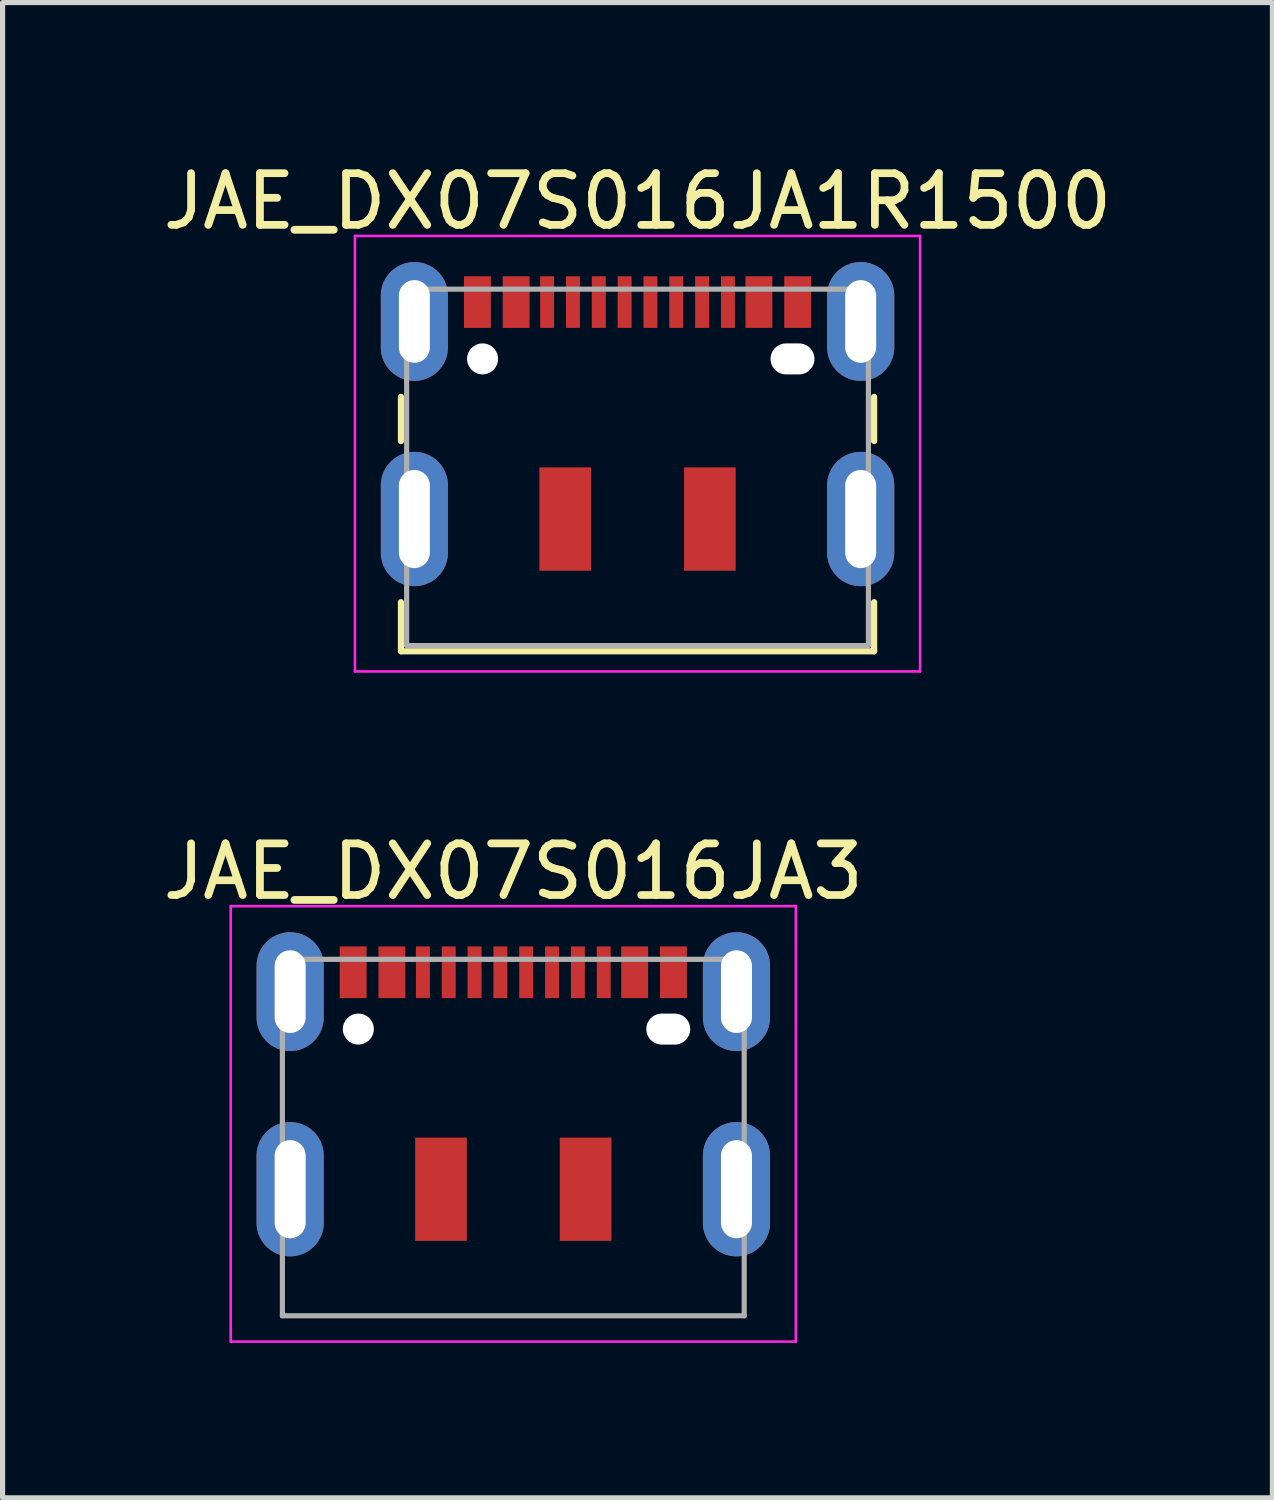
<source format=kicad_pcb>
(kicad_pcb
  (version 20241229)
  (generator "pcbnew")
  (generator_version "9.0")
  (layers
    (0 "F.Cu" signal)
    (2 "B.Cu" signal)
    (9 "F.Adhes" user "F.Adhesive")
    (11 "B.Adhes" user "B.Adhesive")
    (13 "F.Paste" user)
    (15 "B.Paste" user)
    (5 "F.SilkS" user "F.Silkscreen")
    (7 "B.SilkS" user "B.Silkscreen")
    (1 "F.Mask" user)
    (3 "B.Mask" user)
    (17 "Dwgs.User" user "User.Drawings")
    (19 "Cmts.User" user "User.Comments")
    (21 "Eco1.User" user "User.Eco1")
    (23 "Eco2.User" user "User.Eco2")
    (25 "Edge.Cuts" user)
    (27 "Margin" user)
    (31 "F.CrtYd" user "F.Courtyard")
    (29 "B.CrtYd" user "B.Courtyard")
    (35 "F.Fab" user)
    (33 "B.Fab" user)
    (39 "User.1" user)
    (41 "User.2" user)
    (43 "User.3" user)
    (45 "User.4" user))
  (footprint "JAE_DX07S016JA3"
    (layer "F.Cu")
    (at 6.887 18.822)
    (property "Reference" "JAE_DX07S016JA3" (at 0 -5 0) (layer "F.SilkS") (effects (font (size 1 1) (thickness 0.15))))
    (fp_poly (pts (arc (start -4.62067 1.797168) (mid -4.32067 2.097168) (end -4.02067 1.797168)) (arc (start -4.02067 0.497168) (mid -4.32067 0.197168) (end -4.62067 0.497168))) (stroke (width 0.6) (type solid)) (fill yes) (layer "F.Mask"))
    (fp_poly (pts (arc (start -4.020643 -2.175981) (mid -4.320643 -1.875981) (end -4.620643 -2.175981)) (arc (start -4.620643 -3.175981) (mid -4.320643 -3.475981) (end -4.020643 -3.175981))) (stroke (width 0.6) (type solid)) (fill yes) (layer "F.Mask"))
    (fp_poly (pts (arc (start 4.019309 1.798809) (mid 4.319309 2.098809) (end 4.619309 1.798809)) (arc (start 4.619309 0.498809) (mid 4.319309 0.198809) (end 4.019309 0.498809))) (stroke (width 0.6) (type solid)) (fill yes) (layer "F.Mask"))
    (fp_poly (pts (arc (start 4.619128 -2.176316) (mid 4.319128 -1.876316) (end 4.019128 -2.176316)) (arc (start 4.019128 -3.176316) (mid 4.319128 -3.476316) (end 4.619128 -3.176316))) (stroke (width 0.6) (type solid)) (fill yes) (layer "F.Mask"))
    (fp_poly (pts (arc (start -4.618834 1.797933) (mid -4.318834 2.097933) (end -4.018834 1.797933)) (arc (start -4.018834 0.497933) (mid -4.318834 0.197933) (end -4.618834 0.497933))) (stroke (width 0.05) (type solid)) (fill yes) (layer "B.Mask"))
    (fp_poly (pts (arc (start -4.018807 -2.175216) (mid -4.318807 -1.875216) (end -4.618807 -2.175216)) (arc (start -4.618807 -3.175216) (mid -4.318807 -3.475216) (end -4.018807 -3.175216))) (stroke (width 0.05) (type solid)) (fill yes) (layer "B.Mask"))
    (fp_poly (pts (arc (start 4.021145 1.799574) (mid 4.321145 2.099574) (end 4.621145 1.799574)) (arc (start 4.621145 0.499574) (mid 4.321145 0.199574) (end 4.021145 0.499574))) (stroke (width 0.05) (type solid)) (fill yes) (layer "B.Mask"))
    (fp_poly (pts (arc (start 4.620964 -2.175551) (mid 4.320964 -1.875551) (end 4.020964 -2.175551)) (arc (start 4.020964 -3.175551) (mid 4.320964 -3.475551) (end 4.620964 -3.175551))) (stroke (width 0.05) (type solid)) (fill yes) (layer "B.Mask"))
    (fp_line (start -5.47 -4.33) (end -5.47 4.1) (stroke (width 0.05) (type solid)) (layer "F.CrtYd"))
    (fp_line (start -5.47 -4.33) (end 5.47 -4.33) (stroke (width 0.05) (type solid)) (layer "F.CrtYd"))
    (fp_line (start -5.47 4.1) (end 5.47 4.1) (stroke (width 0.05) (type solid)) (layer "F.CrtYd"))
    (fp_line (start 5.47 -4.33) (end 5.47 4.1) (stroke (width 0.05) (type solid)) (layer "F.CrtYd"))
    (fp_line (start -4.47 -3.3) (end -4.47 3.6) (stroke (width 0.1) (type solid)) (layer "F.Fab"))
    (fp_line (start -4.47 -3.3) (end 4.47 -3.3) (stroke (width 0.1) (type solid)) (layer "F.Fab"))
    (fp_line (start -4.47 3.6) (end 4.47 3.6) (stroke (width 0.1) (type solid)) (layer "F.Fab"))
    (fp_line (start 4.47 -3.3) (end 4.47 3.6) (stroke (width 0.1) (type solid)) (layer "F.Fab"))
    (pad "" np_thru_hole circle (at -3 -1.95) (size 0.6 0.6) (drill 0.6) (layers "*.Cu" "*.Mask"))
    (pad "" np_thru_hole oval (at 3 -1.95) (size 0.85 0.6) (drill oval 0.85 0.6) (layers "*.Cu" "*.Mask"))
    (pad "A5" smd rect (at -1.75 -3.05) (size 0.27 1) (layers "F.Cu" "F.Mask" "F.Paste"))
    (pad "A6" smd rect (at -0.25 -3.05) (size 0.27 1) (layers "F.Cu" "F.Mask" "F.Paste"))
    (pad "A7" smd rect (at 0.75 -3.05) (size 0.27 1) (layers "F.Cu" "F.Mask" "F.Paste"))
    (pad "A8" smd rect (at 1.75 -3.05) (size 0.27 1) (layers "F.Cu" "F.Mask" "F.Paste"))
    (pad "B5" smd rect (at 1.25 -3.05) (size 0.27 1) (layers "F.Cu" "F.Mask" "F.Paste"))
    (pad "B6" smd rect (at 0.25 -3.05) (size 0.27 1) (layers "F.Cu" "F.Mask" "F.Paste"))
    (pad "B7" smd rect (at -0.75 -3.05) (size 0.27 1) (layers "F.Cu" "F.Mask" "F.Paste"))
    (pad "B8" smd rect (at -1.25 -3.05) (size 0.27 1) (layers "F.Cu" "F.Mask" "F.Paste"))
    (pad "G" smd rect (at -3.1 -3.05) (size 0.52 1) (layers "F.Cu" "F.Mask" "F.Paste"))
    (pad "G" smd rect (at 3.1 -3.05) (size 0.52 1) (layers "F.Cu" "F.Mask" "F.Paste"))
    (pad "S" thru_hole oval (at -4.32 -2.675) (size 1.3 2.3) (drill oval 0.6 1.6) (layers "*.Cu" "F.Paste") (remove_unused_layers yes) (keep_end_layers yes) (zone_layer_connections))
    (pad "S" thru_hole oval (at -4.32 1.15) (size 1.3 2.6) (drill oval 0.6 1.9) (layers "*.Cu" "F.Paste") (remove_unused_layers yes) (keep_end_layers yes) (zone_layer_connections))
    (pad "S" smd rect (at -1.4 1.15) (size 1 2) (layers "F.Cu" "F.Mask" "F.Paste"))
    (pad "S" smd rect (at 1.4 1.15) (size 1 2) (layers "F.Cu" "F.Mask" "F.Paste"))
    (pad "S" thru_hole oval (at 4.32 -2.675) (size 1.3 2.3) (drill oval 0.6 1.6) (layers "*.Cu" "F.Paste") (remove_unused_layers yes) (keep_end_layers yes) (zone_layer_connections))
    (pad "S" thru_hole oval (at 4.32 1.15) (size 1.3 2.6) (drill oval 0.6 1.9) (layers "*.Cu" "F.Paste") (remove_unused_layers yes) (keep_end_layers yes) (zone_layer_connections))
    (pad "V" smd rect (at -2.35 -3.05) (size 0.52 1) (layers "F.Cu" "F.Mask" "F.Paste"))
    (pad "V" smd rect (at 2.35 -3.05) (size 0.52 1) (layers "F.Cu" "F.Mask" "F.Paste")))
  (footprint "JAE_DX07S016JA1R1500"
    (layer "F.Cu")
    (at 9.292 5.848)
    (property "Reference" "JAE_DX07S016JA1R1500" (at 0 -5 0) (layer "F.SilkS") (effects (font (size 1 1) (thickness 0.15))))
    (attr smd)
    (fp_poly (pts (arc (start -4.62067 1.797168) (mid -4.32067 2.097168) (end -4.02067 1.797168)) (arc (start -4.02067 0.497168) (mid -4.32067 0.197168) (end -4.62067 0.497168))) (stroke (width 0.6) (type solid)) (fill yes) (layer "F.Mask"))
    (fp_poly (pts (arc (start -4.020643 -2.175981) (mid -4.320643 -1.875981) (end -4.620643 -2.175981)) (arc (start -4.620643 -3.175981) (mid -4.320643 -3.475981) (end -4.020643 -3.175981))) (stroke (width 0.6) (type solid)) (fill yes) (layer "F.Mask"))
    (fp_poly (pts (arc (start 4.019309 1.798809) (mid 4.319309 2.098809) (end 4.619309 1.798809)) (arc (start 4.619309 0.498809) (mid 4.319309 0.198809) (end 4.019309 0.498809))) (stroke (width 0.6) (type solid)) (fill yes) (layer "F.Mask"))
    (fp_poly (pts (arc (start 4.619128 -2.176316) (mid 4.319128 -1.876316) (end 4.019128 -2.176316)) (arc (start 4.019128 -3.176316) (mid 4.319128 -3.476316) (end 4.619128 -3.176316))) (stroke (width 0.6) (type solid)) (fill yes) (layer "F.Mask"))
    (fp_poly (pts (arc (start -4.618834 1.797933) (mid -4.318834 2.097933) (end -4.018834 1.797933)) (arc (start -4.018834 0.497933) (mid -4.318834 0.197933) (end -4.618834 0.497933))) (stroke (width 0.05) (type solid)) (fill yes) (layer "B.Mask"))
    (fp_poly (pts (arc (start -4.018807 -2.175216) (mid -4.318807 -1.875216) (end -4.618807 -2.175216)) (arc (start -4.618807 -3.175216) (mid -4.318807 -3.475216) (end -4.018807 -3.175216))) (stroke (width 0.05) (type solid)) (fill yes) (layer "B.Mask"))
    (fp_poly (pts (arc (start 4.021145 1.799574) (mid 4.321145 2.099574) (end 4.621145 1.799574)) (arc (start 4.621145 0.499574) (mid 4.321145 0.199574) (end 4.021145 0.499574))) (stroke (width 0.05) (type solid)) (fill yes) (layer "B.Mask"))
    (fp_poly (pts (arc (start 4.620964 -2.175551) (mid 4.320964 -1.875551) (end 4.020964 -2.175551)) (arc (start 4.020964 -3.175551) (mid 4.320964 -3.475551) (end 4.620964 -3.175551))) (stroke (width 0.05) (type solid)) (fill yes) (layer "B.Mask"))
    (fp_line (start -4.58 -1.215) (end -4.58 -0.36) (stroke (width 0.12) (type solid)) (layer "F.SilkS"))
    (fp_line (start -4.58 2.76) (end -4.58 3.71) (stroke (width 0.12) (type solid)) (layer "F.SilkS"))
    (fp_line (start -4.58 3.71) (end 4.58 3.71) (stroke (width 0.12) (type solid)) (layer "F.SilkS"))
    (fp_line (start 4.58 -1.215) (end 4.58 -0.36) (stroke (width 0.12) (type solid)) (layer "F.SilkS"))
    (fp_line (start 4.58 2.76) (end 4.58 3.71) (stroke (width 0.12) (type solid)) (layer "F.SilkS"))
    (fp_line (start -5.47 -4.33) (end -5.47 4.1) (stroke (width 0.05) (type solid)) (layer "F.CrtYd"))
    (fp_line (start -5.47 -4.33) (end 5.47 -4.33) (stroke (width 0.05) (type solid)) (layer "F.CrtYd"))
    (fp_line (start -5.47 4.1) (end 5.47 4.1) (stroke (width 0.05) (type solid)) (layer "F.CrtYd"))
    (fp_line (start 5.47 -4.33) (end 5.47 4.1) (stroke (width 0.05) (type solid)) (layer "F.CrtYd"))
    (fp_line (start -4.47 -3.3) (end -4.47 3.6) (stroke (width 0.1) (type solid)) (layer "F.Fab"))
    (fp_line (start -4.47 -3.3) (end 4.47 -3.3) (stroke (width 0.1) (type solid)) (layer "F.Fab"))
    (fp_line (start -4.47 3.6) (end 4.47 3.6) (stroke (width 0.1) (type solid)) (layer "F.Fab"))
    (fp_line (start 4.47 -3.3) (end 4.47 3.6) (stroke (width 0.1) (type solid)) (layer "F.Fab"))
    (pad "" np_thru_hole circle (at -3 -1.95) (size 0.6 0.6) (drill 0.6) (layers "*.Cu" "*.Mask"))
    (pad "" np_thru_hole oval (at 3 -1.95) (size 0.85 0.6) (drill oval 0.85 0.6) (layers "*.Cu" "*.Mask"))
    (pad "A5" smd rect (at -1.75 -3.05) (size 0.27 1) (layers "F.Cu" "F.Mask" "F.Paste"))
    (pad "A6" smd rect (at -0.25 -3.05) (size 0.27 1) (layers "F.Cu" "F.Mask" "F.Paste"))
    (pad "A7" smd rect (at 0.75 -3.05) (size 0.27 1) (layers "F.Cu" "F.Mask" "F.Paste"))
    (pad "A8" smd rect (at 1.75 -3.05) (size 0.27 1) (layers "F.Cu" "F.Mask" "F.Paste"))
    (pad "B5" smd rect (at 1.25 -3.05) (size 0.27 1) (layers "F.Cu" "F.Mask" "F.Paste"))
    (pad "B6" smd rect (at 0.25 -3.05) (size 0.27 1) (layers "F.Cu" "F.Mask" "F.Paste"))
    (pad "B7" smd rect (at -0.75 -3.05) (size 0.27 1) (layers "F.Cu" "F.Mask" "F.Paste"))
    (pad "B8" smd rect (at -1.25 -3.05) (size 0.27 1) (layers "F.Cu" "F.Mask" "F.Paste"))
    (pad "G" smd rect (at -3.1 -3.05) (size 0.52 1) (layers "F.Cu" "F.Mask" "F.Paste"))
    (pad "G" smd rect (at 3.1 -3.05) (size 0.52 1) (layers "F.Cu" "F.Mask" "F.Paste"))
    (pad "S" thru_hole oval (at -4.32 -2.675) (size 1.3 2.3) (drill oval 0.6 1.6) (layers "*.Cu" "F.Paste") (remove_unused_layers yes) (keep_end_layers yes) (zone_layer_connections))
    (pad "S" thru_hole oval (at -4.32 1.15) (size 1.3 2.6) (drill oval 0.6 1.9) (layers "*.Cu" "F.Paste") (remove_unused_layers yes) (keep_end_layers yes) (zone_layer_connections))
    (pad "S" smd rect (at -1.4 1.15) (size 1 2) (layers "F.Cu" "F.Mask" "F.Paste"))
    (pad "S" smd rect (at 1.4 1.15) (size 1 2) (layers "F.Cu" "F.Mask" "F.Paste"))
    (pad "S" thru_hole oval (at 4.32 -2.675) (size 1.3 2.3) (drill oval 0.6 1.6) (layers "*.Cu" "F.Paste") (remove_unused_layers yes) (keep_end_layers yes) (zone_layer_connections))
    (pad "S" thru_hole oval (at 4.32 1.15) (size 1.3 2.6) (drill oval 0.6 1.9) (layers "*.Cu" "F.Paste") (remove_unused_layers yes) (keep_end_layers yes) (zone_layer_connections))
    (pad "V" smd rect (at -2.35 -3.05) (size 0.52 1) (layers "F.Cu" "F.Mask" "F.Paste"))
    (pad "V" smd rect (at 2.35 -3.05) (size 0.52 1) (layers "F.Cu" "F.Mask" "F.Paste")))
  (gr_rect
    (start -3 -3)
    (end 21.583 25.947)
    (stroke (width 0.1) (type default))
    (fill no)
    (layer "Edge.Cuts")))
</source>
